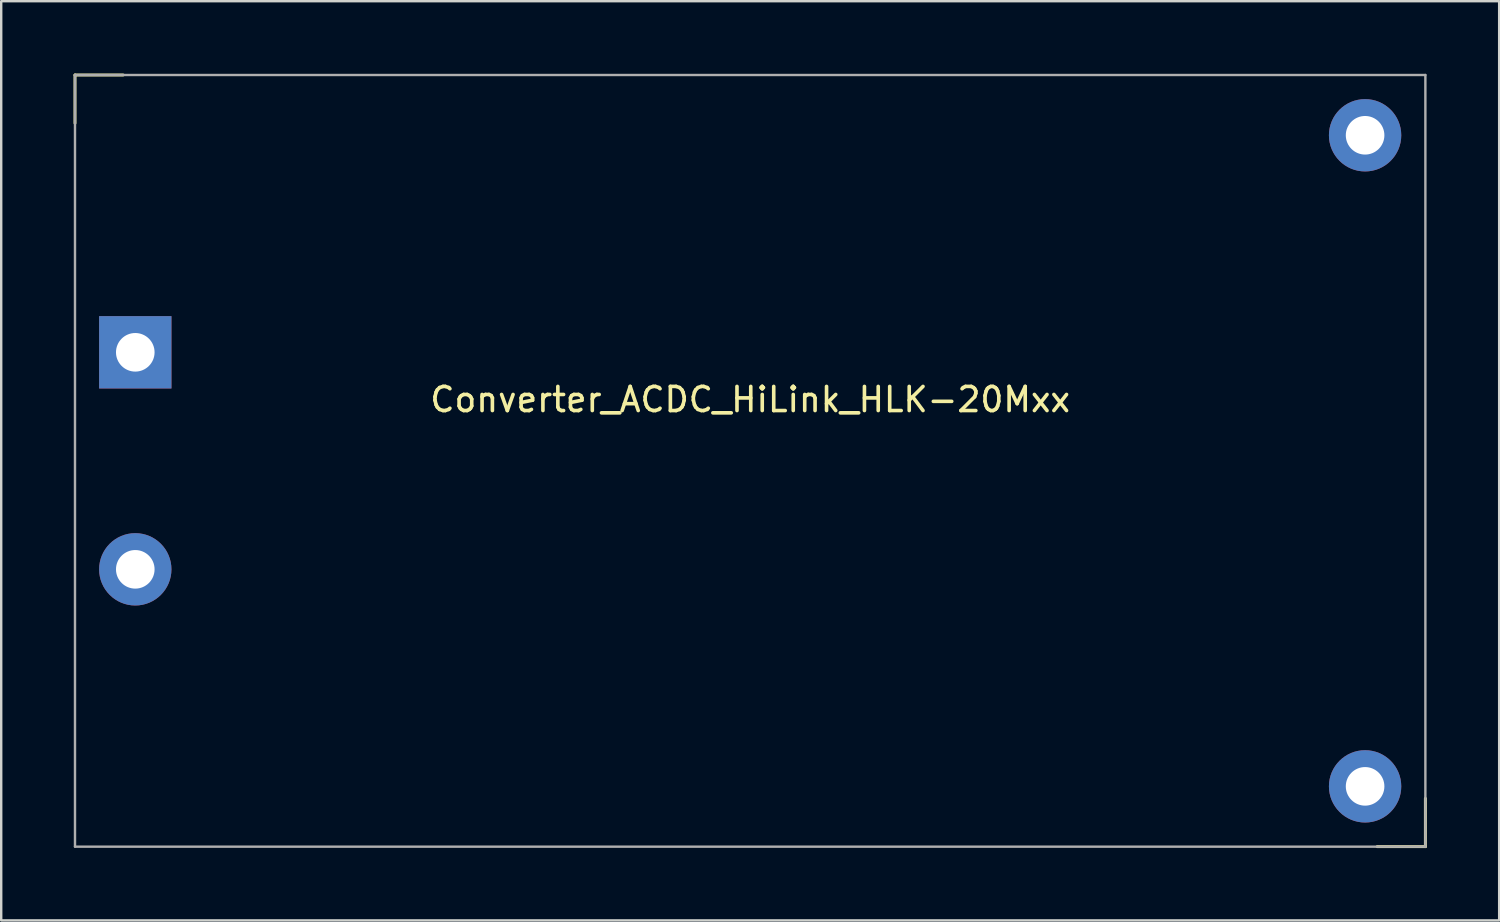
<source format=kicad_pcb>
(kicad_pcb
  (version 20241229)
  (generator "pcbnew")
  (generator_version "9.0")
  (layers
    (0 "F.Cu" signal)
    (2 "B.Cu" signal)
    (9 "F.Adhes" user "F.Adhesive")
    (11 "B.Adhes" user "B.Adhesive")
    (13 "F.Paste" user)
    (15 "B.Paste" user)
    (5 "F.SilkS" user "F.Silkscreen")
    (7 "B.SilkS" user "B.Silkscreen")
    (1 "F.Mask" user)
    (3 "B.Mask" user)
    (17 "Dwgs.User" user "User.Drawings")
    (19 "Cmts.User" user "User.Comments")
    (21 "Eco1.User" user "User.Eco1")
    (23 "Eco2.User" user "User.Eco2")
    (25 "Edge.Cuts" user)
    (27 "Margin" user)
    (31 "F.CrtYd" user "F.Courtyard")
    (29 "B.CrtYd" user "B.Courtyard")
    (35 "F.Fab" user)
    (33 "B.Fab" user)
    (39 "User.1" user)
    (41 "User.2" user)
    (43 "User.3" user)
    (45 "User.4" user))
  (footprint "Converter_ACDC_HiLink_HLK-20Mxx"
    (layer "F.Cu")
    (at 28.06 16.06)
    (property "Reference" "Converter_ACDC_HiLink_HLK-20Mxx" (at 0 -2.54 0) (unlocked yes) (layer "F.SilkS") (effects (font (size 1 1) (thickness 0.15))))
    (attr through_hole)
    (fp_line (start -28 -16) (end -26 -16) (stroke (width 0.12) (type default)) (layer "F.SilkS"))
    (fp_line (start -28 -14) (end -28 -16) (stroke (width 0.12) (type default)) (layer "F.SilkS"))
    (fp_line (start 28 16) (end 26 16) (stroke (width 0.12) (type default)) (layer "F.SilkS"))
    (fp_line (start 28 16) (end 28 14) (stroke (width 0.12) (type default)) (layer "F.SilkS"))
    (fp_line (start -28 -16) (end 28 -16) (stroke (width 0.1) (type default)) (layer "F.Fab"))
    (fp_line (start -28 16) (end -28 -16) (stroke (width 0.1) (type default)) (layer "F.Fab"))
    (fp_line (start 28 -16) (end 28 16) (stroke (width 0.1) (type default)) (layer "F.Fab"))
    (fp_line (start 28 16) (end -28 16) (stroke (width 0.1) (type default)) (layer "F.Fab"))
    (pad "1" thru_hole rect (at -25.5 -4.5) (size 3 3) (drill 1.6) (layers "*.Cu" "*.Mask"))
    (pad "2" thru_hole circle (at -25.5 4.5) (size 3 3) (drill 1.6) (layers "*.Cu" "*.Mask"))
    (pad "3" thru_hole circle (at 25.5 -13.5) (size 3 3) (drill 1.6) (layers "*.Cu" "*.Mask"))
    (pad "4" thru_hole circle (at 25.5 13.5) (size 3 3) (drill 1.6) (layers "*.Cu" "*.Mask")))
  (gr_rect
    (start -3 -3)
    (end 59.12 35.12)
    (stroke (width 0.1) (type default))
    (fill no)
    (layer "Edge.Cuts")))
</source>
